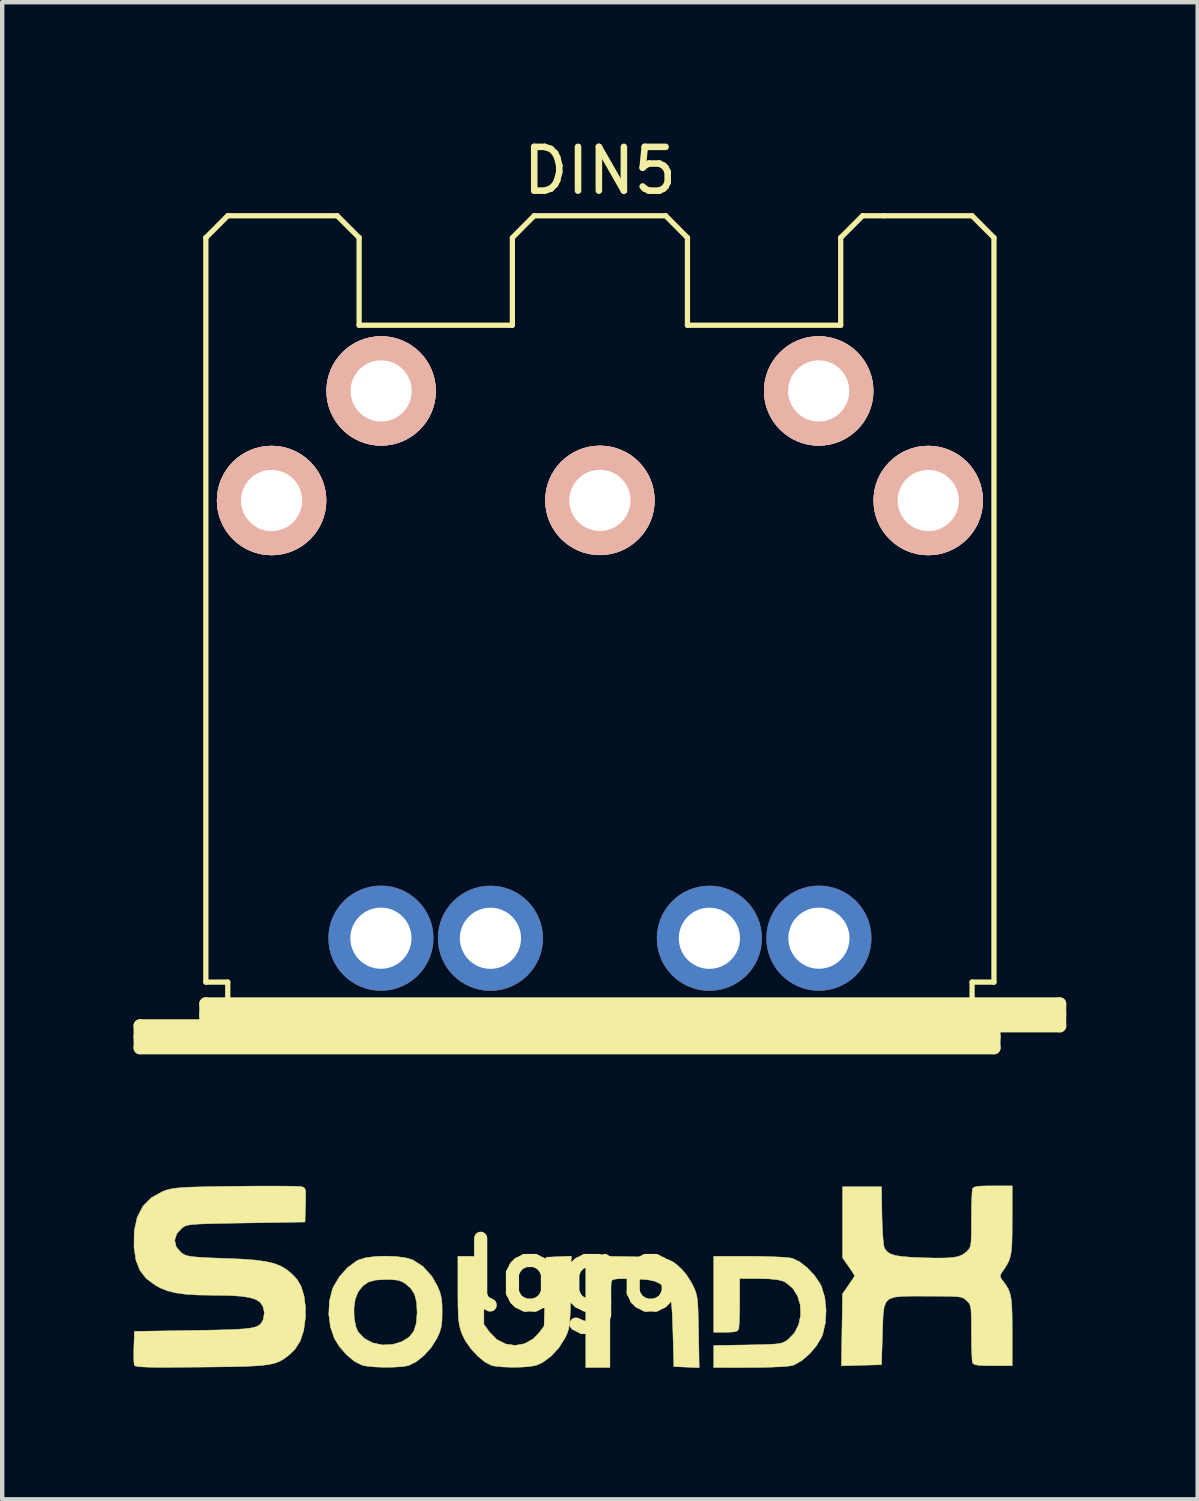
<source format=kicad_pcb>
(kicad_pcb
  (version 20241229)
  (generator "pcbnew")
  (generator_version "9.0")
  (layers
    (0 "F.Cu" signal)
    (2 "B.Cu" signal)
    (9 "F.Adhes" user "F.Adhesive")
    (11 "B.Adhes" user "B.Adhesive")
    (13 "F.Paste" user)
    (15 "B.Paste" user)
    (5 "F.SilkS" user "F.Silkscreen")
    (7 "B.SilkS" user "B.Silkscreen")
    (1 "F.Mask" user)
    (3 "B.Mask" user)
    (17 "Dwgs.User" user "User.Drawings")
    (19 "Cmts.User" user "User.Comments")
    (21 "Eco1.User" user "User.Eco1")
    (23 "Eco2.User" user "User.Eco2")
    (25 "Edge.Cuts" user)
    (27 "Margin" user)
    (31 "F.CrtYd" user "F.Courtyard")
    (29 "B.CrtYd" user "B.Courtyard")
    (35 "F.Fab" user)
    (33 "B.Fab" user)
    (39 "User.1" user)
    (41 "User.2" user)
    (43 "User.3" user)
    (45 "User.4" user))
  (footprint "DIN5"
    (layer "F.Cu")
    (at 10.65 11.377)
    (property "Reference" "DIN5" (at 0 -10.528 180) (layer "F.SilkS") (effects (font (size 1 1) (thickness 0.15))))
    (attr through_hole)
    (fp_line (start -10.5 9.251) (end 8.999 9.251) (stroke (width 0.3) (type solid)) (layer "F.SilkS"))
    (fp_line (start -10.5 9.5) (end -10.5 8.999) (stroke (width 0.3) (type solid)) (layer "F.SilkS"))
    (fp_line (start -8.999 -8.999) (end -8.999 8.001) (stroke (width 0.12) (type solid)) (layer "F.SilkS"))
    (fp_line (start -8.999 -8.999) (end -8.499 -9.5) (stroke (width 0.12) (type solid)) (layer "F.SilkS"))
    (fp_line (start -8.999 8.001) (end -8.499 8.001) (stroke (width 0.12) (type solid)) (layer "F.SilkS"))
    (fp_line (start -8.999 8.499) (end 10.5 8.499) (stroke (width 0.3) (type solid)) (layer "F.SilkS"))
    (fp_line (start -8.999 8.75) (end 10.5 8.75) (stroke (width 0.3) (type solid)) (layer "F.SilkS"))
    (fp_line (start -8.999 8.999) (end -8.999 8.499) (stroke (width 0.3) (type solid)) (layer "F.SilkS"))
    (fp_line (start -8.499 -9.5) (end -5.999 -9.5) (stroke (width 0.12) (type solid)) (layer "F.SilkS"))
    (fp_line (start -8.499 8.001) (end -8.499 8.499) (stroke (width 0.12) (type solid)) (layer "F.SilkS"))
    (fp_line (start -5.999 -9.5) (end -5.499 -8.999) (stroke (width 0.12) (type solid)) (layer "F.SilkS"))
    (fp_line (start -5.499 -8.999) (end -5.499 -7) (stroke (width 0.12) (type solid)) (layer "F.SilkS"))
    (fp_line (start -5.499 -7) (end -1.999 -7) (stroke (width 0.12) (type solid)) (layer "F.SilkS"))
    (fp_line (start -1.999 -8.999) (end -1.999 -7) (stroke (width 0.12) (type solid)) (layer "F.SilkS"))
    (fp_line (start -1.501 -9.5) (end -1.999 -8.999) (stroke (width 0.12) (type solid)) (layer "F.SilkS"))
    (fp_line (start -1.501 -9.5) (end 1.501 -9.5) (stroke (width 0.12) (type solid)) (layer "F.SilkS"))
    (fp_line (start 1.501 -9.5) (end 1.999 -8.999) (stroke (width 0.12) (type solid)) (layer "F.SilkS"))
    (fp_line (start 1.999 -8.999) (end 1.999 -7) (stroke (width 0.12) (type solid)) (layer "F.SilkS"))
    (fp_line (start 5.499 -8.999) (end 5.499 -7) (stroke (width 0.12) (type solid)) (layer "F.SilkS"))
    (fp_line (start 5.499 -7) (end 1.999 -7) (stroke (width 0.12) (type solid)) (layer "F.SilkS"))
    (fp_line (start 5.999 -9.5) (end 5.499 -8.999) (stroke (width 0.12) (type solid)) (layer "F.SilkS"))
    (fp_line (start 6.5 -9.5) (end 5.999 -9.5) (stroke (width 0.12) (type solid)) (layer "F.SilkS"))
    (fp_line (start 8.499 -9.5) (end 6.5 -9.5) (stroke (width 0.12) (type solid)) (layer "F.SilkS"))
    (fp_line (start 8.499 8.499) (end 8.499 8.001) (stroke (width 0.12) (type solid)) (layer "F.SilkS"))
    (fp_line (start 8.999 -8.999) (end 8.499 -9.5) (stroke (width 0.12) (type solid)) (layer "F.SilkS"))
    (fp_line (start 8.999 -8.999) (end 8.999 8.001) (stroke (width 0.12) (type solid)) (layer "F.SilkS"))
    (fp_line (start 8.999 8.001) (end 8.499 8.001) (stroke (width 0.12) (type solid)) (layer "F.SilkS"))
    (fp_line (start 8.999 8.999) (end 8.999 9.5) (stroke (width 0.3) (type solid)) (layer "F.SilkS"))
    (fp_line (start 8.999 9.5) (end -10.5 9.5) (stroke (width 0.3) (type solid)) (layer "F.SilkS"))
    (fp_line (start 10.5 8.499) (end 10.5 8.999) (stroke (width 0.3) (type solid)) (layer "F.SilkS"))
    (fp_line (start 10.5 8.999) (end -10.5 8.999) (stroke (width 0.3) (type solid)) (layer "F.SilkS"))
    (pad "0" thru_hole circle (at -5.001 6.998) (size 2.4 2.4) (drill 1.397) (layers "*.Cu" "*.Mask"))
    (pad "0" thru_hole circle (at -2.5 7) (size 2.4 2.4) (drill 1.397) (layers "*.Cu" "*.Mask"))
    (pad "0" thru_hole circle (at 2.5 7) (size 2.4 2.4) (drill 1.397) (layers "*.Cu" "*.Mask"))
    (pad "0" thru_hole circle (at 5.001 6.998) (size 2.4 2.4) (drill 1.397) (layers "*.Cu" "*.Mask"))
    (pad "1" thru_hole circle (at 7.498 -2.997) (size 2.499 2.499) (drill 1.397) (layers "*.Cu" "*.SilkS" "*.Mask"))
    (pad "2" thru_hole circle (at 0 -3) (size 2.499 2.499) (drill 1.397) (layers "*.Cu" "*.SilkS" "*.Mask"))
    (pad "3" thru_hole circle (at -7.498 -2.997) (size 2.499 2.499) (drill 1.397) (layers "*.Cu" "*.SilkS" "*.Mask"))
    (pad "4" thru_hole circle (at 4.996 -5.499) (size 2.499 2.499) (drill 1.397) (layers "*.Cu" "*.SilkS" "*.Mask"))
    (pad "5" thru_hole circle (at -4.996 -5.499) (size 2.499 2.499) (drill 1.397) (layers "*.Cu" "*.SilkS" "*.Mask")))
  (footprint "logo"
    (layer "F.Cu")
    (at 10.032 26.063)
    (property "Reference" "logo" (at 0 0 0) (layer "F.SilkS") (effects (font (size 1.524 1.524) (thickness 0.3))))
    (attr through_hole)
    (fp_poly (pts (xy 1.196 -0.416) (xy 1.515 -0.41) (xy 1.763 -0.402) (xy 1.952 -0.389) (xy 2.096 -0.368) (xy 2.206 -0.336) (xy 2.297 -0.29) (xy 2.38 -0.226) (xy 2.47 -0.143) (xy 2.494 -0.12) (xy 2.595 0.001) (xy 2.697 0.158) (xy 2.748 0.254) (xy 2.786 0.339) (xy 2.814 0.419) (xy 2.835 0.509) (xy 2.849 0.622) (xy 2.858 0.774) (xy 2.865 0.979) (xy 2.87 1.252) (xy 2.871 1.304) (xy 2.885 2.121) (xy 2.596 2.108) (xy 2.307 2.095) (xy 2.286 1.333) (xy 2.277 1.053) (xy 2.267 0.844) (xy 2.255 0.692) (xy 2.239 0.583) (xy 2.217 0.504) (xy 2.187 0.44) (xy 2.18 0.428) (xy 2.093 0.298) (xy 2 0.207) (xy 1.882 0.149) (xy 1.722 0.114) (xy 1.503 0.096) (xy 1.388 0.091) (xy 1.168 0.087) (xy 1.02 0.091) (xy 0.93 0.105) (xy 0.887 0.13) (xy 0.884 0.134) (xy 0.874 0.191) (xy 0.864 0.32) (xy 0.857 0.508) (xy 0.851 0.742) (xy 0.848 1.01) (xy 0.847 1.154) (xy 0.847 2.117) (xy 0.296 2.117) (xy 0.296 -0.429) (xy 1.196 -0.416)) (stroke (width 0.01) (type solid)) (fill yes) (layer "F.SilkS"))
    (fp_poly (pts (xy -0.05 0.39) (xy -0.055 0.673) (xy -0.061 0.887) (xy -0.069 1.045) (xy -0.082 1.162) (xy -0.101 1.253) (xy -0.128 1.332) (xy -0.165 1.413) (xy -0.182 1.448) (xy -0.32 1.666) (xy -0.496 1.857) (xy -0.691 2.001) (xy -0.838 2.067) (xy -0.982 2.093) (xy -1.179 2.108) (xy -1.399 2.111) (xy -1.613 2.103) (xy -1.789 2.083) (xy -1.855 2.069) (xy -2.005 1.993) (xy -2.168 1.86) (xy -2.325 1.69) (xy -2.456 1.504) (xy -2.535 1.342) (xy -2.568 1.244) (xy -2.592 1.144) (xy -2.608 1.027) (xy -2.618 0.877) (xy -2.623 0.679) (xy -2.625 0.416) (xy -2.625 0.337) (xy -2.625 -0.423) (xy -2.354 -0.423) (xy -2.195 -0.418) (xy -2.103 -0.399) (xy -2.061 -0.363) (xy -2.058 -0.356) (xy -2.049 -0.293) (xy -2.042 -0.161) (xy -2.036 0.025) (xy -2.033 0.248) (xy -2.032 0.42) (xy -2.032 1.13) (xy -1.902 1.309) (xy -1.733 1.479) (xy -1.533 1.58) (xy -1.317 1.611) (xy -1.103 1.572) (xy -0.906 1.462) (xy -0.778 1.331) (xy -0.656 1.171) (xy -0.635 0.384) (xy -0.614 -0.402) (xy -0.325 -0.415) (xy -0.036 -0.427) (xy -0.05 0.39)) (stroke (width 0.01) (type solid)) (fill yes) (layer "F.SilkS"))
    (fp_poly (pts (xy 4.032 -0.423) (xy 4.302 -0.421) (xy 4.551 -0.414) (xy 4.764 -0.404) (xy 4.924 -0.391) (xy 5.012 -0.377) (xy 5.177 -0.299) (xy 5.352 -0.163) (xy 5.515 0.01) (xy 5.644 0.198) (xy 5.678 0.266) (xy 5.753 0.514) (xy 5.783 0.801) (xy 5.767 1.093) (xy 5.706 1.357) (xy 5.678 1.427) (xy 5.566 1.616) (xy 5.413 1.797) (xy 5.24 1.949) (xy 5.069 2.05) (xy 5.012 2.071) (xy 4.917 2.085) (xy 4.753 2.098) (xy 4.538 2.108) (xy 4.287 2.114) (xy 4.032 2.116) (xy 3.217 2.117) (xy 3.217 1.614) (xy 3.99 1.601) (xy 4.265 1.595) (xy 4.47 1.589) (xy 4.617 1.581) (xy 4.72 1.568) (xy 4.793 1.549) (xy 4.85 1.522) (xy 4.901 1.489) (xy 5.058 1.331) (xy 5.158 1.135) (xy 5.203 0.916) (xy 5.194 0.693) (xy 5.132 0.483) (xy 5.019 0.303) (xy 4.856 0.171) (xy 4.801 0.144) (xy 4.67 0.111) (xy 4.471 0.091) (xy 4.235 0.085) (xy 3.81 0.085) (xy 3.81 0.632) (xy 3.808 0.843) (xy 3.803 1.028) (xy 3.795 1.167) (xy 3.786 1.242) (xy 3.784 1.245) (xy 3.748 1.284) (xy 3.664 1.305) (xy 3.516 1.312) (xy 3.488 1.312) (xy 3.217 1.312) (xy 3.217 -0.423) (xy 4.032 -0.423)) (stroke (width 0.01) (type solid)) (fill yes) (layer "F.SilkS"))
    (fp_poly (pts (xy -4.036 -0.418) (xy -3.82 -0.39) (xy -3.658 -0.343) (xy -3.655 -0.342) (xy -3.419 -0.188) (xy -3.218 0.038) (xy -3.095 0.254) (xy -3.036 0.393) (xy -3.003 0.525) (xy -2.987 0.683) (xy -2.985 0.847) (xy -2.989 1.043) (xy -3.006 1.187) (xy -3.042 1.312) (xy -3.103 1.448) (xy -3.23 1.652) (xy -3.394 1.837) (xy -3.575 1.983) (xy -3.751 2.07) (xy -3.762 2.074) (xy -3.898 2.096) (xy -4.087 2.108) (xy -4.302 2.111) (xy -4.514 2.104) (xy -4.697 2.087) (xy -4.817 2.063) (xy -4.989 1.975) (xy -5.166 1.828) (xy -5.328 1.643) (xy -5.448 1.448) (xy -5.536 1.189) (xy -5.574 0.896) (xy -5.567 0.766) (xy -4.999 0.766) (xy -4.994 0.984) (xy -4.956 1.182) (xy -4.904 1.302) (xy -4.764 1.452) (xy -4.572 1.554) (xy -4.348 1.601) (xy -4.112 1.589) (xy -3.906 1.526) (xy -3.742 1.425) (xy -3.634 1.29) (xy -3.575 1.107) (xy -3.556 0.86) (xy -3.556 0.855) (xy -3.57 0.618) (xy -3.615 0.443) (xy -3.702 0.307) (xy -3.82 0.204) (xy -3.91 0.151) (xy -4.01 0.121) (xy -4.149 0.108) (xy -4.276 0.106) (xy -4.502 0.119) (xy -4.668 0.164) (xy -4.794 0.25) (xy -4.902 0.389) (xy -4.91 0.401) (xy -4.971 0.561) (xy -4.999 0.766) (xy -5.567 0.766) (xy -5.559 0.599) (xy -5.492 0.33) (xy -5.469 0.275) (xy -5.329 0.04) (xy -5.145 -0.165) (xy -4.941 -0.316) (xy -4.889 -0.343) (xy -4.732 -0.39) (xy -4.519 -0.418) (xy -4.278 -0.427) (xy -4.036 -0.418)) (stroke (width 0.01) (type solid)) (fill yes) (layer "F.SilkS"))
    (fp_poly (pts (xy 10.033 -1.247) (xy 10.032 -0.952) (xy 10.027 -0.727) (xy 10.015 -0.556) (xy 9.992 -0.423) (xy 9.957 -0.315) (xy 9.905 -0.215) (xy 9.835 -0.109) (xy 9.799 -0.06) (xy 9.76 0.011) (xy 9.773 0.072) (xy 9.815 0.131) (xy 9.888 0.23) (xy 9.944 0.323) (xy 9.983 0.423) (xy 10.008 0.544) (xy 10.023 0.702) (xy 10.031 0.911) (xy 10.033 1.186) (xy 10.033 1.289) (xy 10.033 2.074) (xy 9.593 2.074) (xy 9.389 2.072) (xy 9.255 2.064) (xy 9.175 2.049) (xy 9.136 2.023) (xy 9.127 2.007) (xy 9.118 1.943) (xy 9.111 1.811) (xy 9.105 1.627) (xy 9.102 1.411) (xy 9.102 1.316) (xy 9.101 1.074) (xy 9.098 0.902) (xy 9.091 0.785) (xy 9.076 0.708) (xy 9.053 0.655) (xy 9.018 0.614) (xy 8.992 0.589) (xy 8.952 0.554) (xy 8.909 0.527) (xy 8.85 0.509) (xy 8.764 0.497) (xy 8.636 0.491) (xy 8.455 0.488) (xy 8.207 0.487) (xy 8.083 0.487) (xy 7.77 0.486) (xy 7.531 0.49) (xy 7.355 0.508) (xy 7.233 0.548) (xy 7.155 0.619) (xy 7.11 0.731) (xy 7.087 0.892) (xy 7.077 1.111) (xy 7.07 1.366) (xy 7.048 2.053) (xy 6.591 2.065) (xy 6.133 2.077) (xy 6.146 1.254) (xy 6.16 0.43) (xy 6.297 0.235) (xy 6.372 0.125) (xy 6.422 0.047) (xy 6.435 0.021) (xy 6.412 -0.021) (xy 6.354 -0.11) (xy 6.297 -0.193) (xy 6.16 -0.388) (xy 6.16 -2.011) (xy 7.048 -2.011) (xy 7.059 -1.355) (xy 7.066 -1.107) (xy 7.078 -0.892) (xy 7.093 -0.727) (xy 7.11 -0.625) (xy 7.117 -0.608) (xy 7.168 -0.536) (xy 7.245 -0.482) (xy 7.36 -0.443) (xy 7.525 -0.417) (xy 7.753 -0.4) (xy 7.99 -0.39) (xy 8.286 -0.383) (xy 8.51 -0.385) (xy 8.677 -0.396) (xy 8.8 -0.419) (xy 8.893 -0.456) (xy 8.969 -0.509) (xy 8.991 -0.528) (xy 9.033 -0.57) (xy 9.063 -0.614) (xy 9.083 -0.673) (xy 9.094 -0.764) (xy 9.1 -0.9) (xy 9.102 -1.097) (xy 9.102 -1.265) (xy 9.103 -1.492) (xy 9.108 -1.693) (xy 9.115 -1.85) (xy 9.123 -1.946) (xy 9.127 -1.965) (xy 9.153 -1.996) (xy 9.213 -2.016) (xy 9.32 -2.027) (xy 9.491 -2.032) (xy 9.593 -2.032) (xy 10.033 -2.032) (xy 10.033 -1.247)) (stroke (width 0.01) (type solid)) (fill yes) (layer "F.SilkS"))
    (fp_poly (pts (xy -6.754 -2.027) (xy -6.518 -2.025) (xy -6.339 -2.022) (xy -6.227 -2.017) (xy -6.196 -2.013) (xy -6.148 -1.997) (xy -6.118 -1.969) (xy -6.104 -1.909) (xy -6.1 -1.802) (xy -6.104 -1.631) (xy -6.105 -1.597) (xy -6.117 -1.206) (xy -7.458 -1.185) (xy -7.832 -1.179) (xy -8.13 -1.173) (xy -8.362 -1.167) (xy -8.539 -1.16) (xy -8.668 -1.151) (xy -8.76 -1.139) (xy -8.825 -1.125) (xy -8.871 -1.106) (xy -8.909 -1.082) (xy -8.919 -1.075) (xy -9.045 -0.94) (xy -9.092 -0.792) (xy -9.06 -0.644) (xy -8.949 -0.511) (xy -8.905 -0.479) (xy -8.852 -0.451) (xy -8.779 -0.43) (xy -8.675 -0.414) (xy -8.526 -0.401) (xy -8.32 -0.389) (xy -8.046 -0.379) (xy -7.94 -0.375) (xy -7.562 -0.36) (xy -7.257 -0.337) (xy -7.012 -0.304) (xy -6.815 -0.257) (xy -6.655 -0.193) (xy -6.518 -0.107) (xy -6.392 0.004) (xy -6.297 0.106) (xy -6.206 0.262) (xy -6.14 0.477) (xy -6.107 0.73) (xy -6.107 0.972) (xy -6.147 1.273) (xy -6.225 1.51) (xy -6.345 1.699) (xy -6.445 1.798) (xy -6.532 1.871) (xy -6.615 1.93) (xy -6.702 1.978) (xy -6.803 2.016) (xy -6.927 2.045) (xy -7.083 2.066) (xy -7.28 2.081) (xy -7.529 2.092) (xy -7.837 2.099) (xy -8.215 2.104) (xy -8.499 2.107) (xy -8.903 2.11) (xy -9.23 2.112) (xy -9.488 2.112) (xy -9.684 2.109) (xy -9.827 2.103) (xy -9.923 2.095) (xy -9.982 2.084) (xy -10.01 2.069) (xy -10.014 2.063) (xy -10.023 1.995) (xy -10.027 1.867) (xy -10.026 1.702) (xy -10.024 1.647) (xy -10.012 1.291) (xy -8.678 1.27) (xy -8.28 1.263) (xy -7.957 1.255) (xy -7.701 1.246) (xy -7.504 1.233) (xy -7.357 1.215) (xy -7.251 1.191) (xy -7.178 1.16) (xy -7.128 1.119) (xy -7.094 1.068) (xy -7.07 1.017) (xy -7.044 0.861) (xy -7.081 0.71) (xy -7.148 0.621) (xy -7.241 0.562) (xy -7.378 0.519) (xy -7.567 0.49) (xy -7.82 0.472) (xy -8.145 0.466) (xy -8.195 0.466) (xy -8.549 0.461) (xy -8.834 0.444) (xy -9.064 0.413) (xy -9.255 0.366) (xy -9.421 0.299) (xy -9.536 0.237) (xy -9.743 0.083) (xy -9.887 -0.102) (xy -9.977 -0.332) (xy -10.02 -0.622) (xy -10.022 -0.645) (xy -10.016 -1.009) (xy -9.948 -1.316) (xy -9.818 -1.567) (xy -9.624 -1.762) (xy -9.367 -1.904) (xy -9.312 -1.925) (xy -9.24 -1.947) (xy -9.159 -1.966) (xy -9.06 -1.98) (xy -8.933 -1.992) (xy -8.767 -2.001) (xy -8.553 -2.008) (xy -8.28 -2.014) (xy -7.939 -2.019) (xy -7.69 -2.022) (xy -7.351 -2.026) (xy -7.035 -2.027) (xy -6.754 -2.027)) (stroke (width 0.01) (type solid)) (fill yes) (layer "F.SilkS")))
  (gr_rect
    (start -3 -3)
    (end 24.301 31.189)
    (stroke (width 0.1) (type default))
    (fill no)
    (layer "Edge.Cuts")))
</source>
